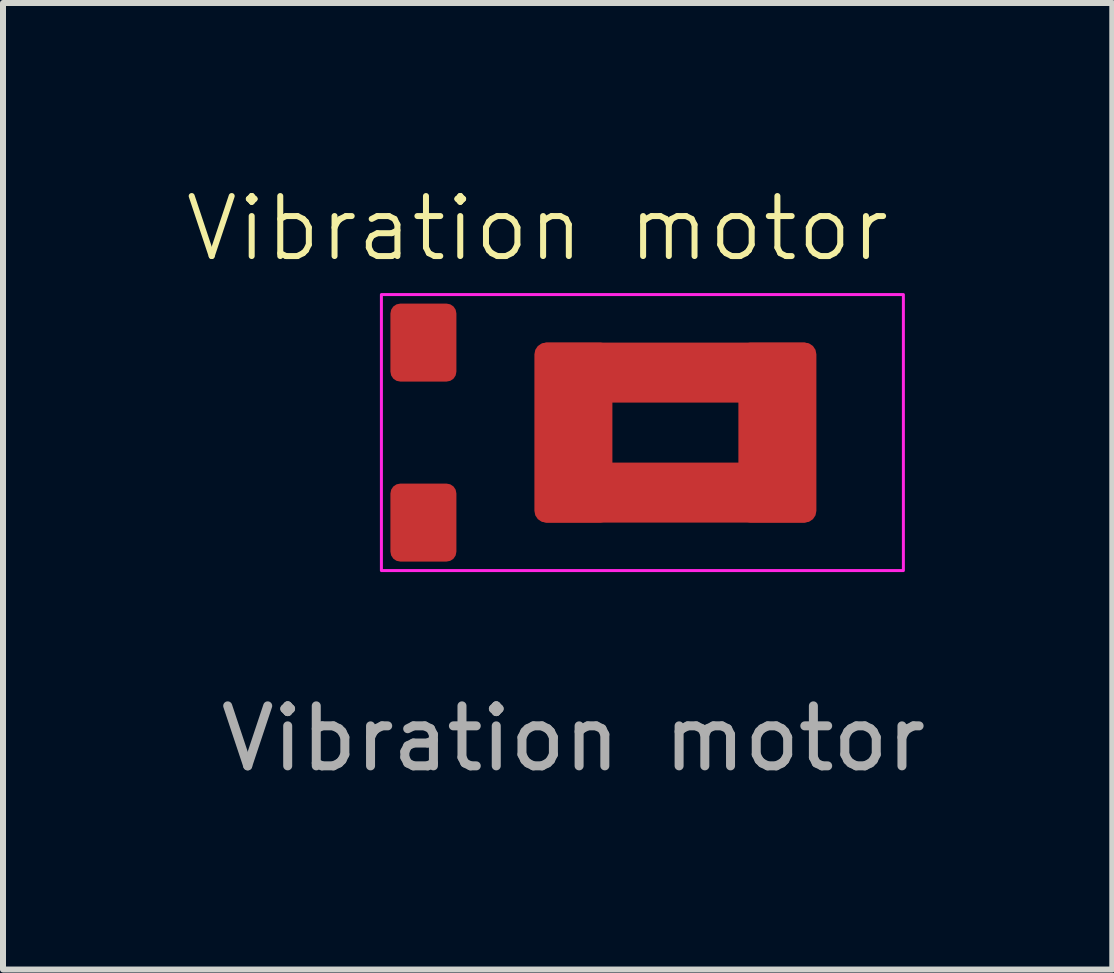
<source format=kicad_pcb>
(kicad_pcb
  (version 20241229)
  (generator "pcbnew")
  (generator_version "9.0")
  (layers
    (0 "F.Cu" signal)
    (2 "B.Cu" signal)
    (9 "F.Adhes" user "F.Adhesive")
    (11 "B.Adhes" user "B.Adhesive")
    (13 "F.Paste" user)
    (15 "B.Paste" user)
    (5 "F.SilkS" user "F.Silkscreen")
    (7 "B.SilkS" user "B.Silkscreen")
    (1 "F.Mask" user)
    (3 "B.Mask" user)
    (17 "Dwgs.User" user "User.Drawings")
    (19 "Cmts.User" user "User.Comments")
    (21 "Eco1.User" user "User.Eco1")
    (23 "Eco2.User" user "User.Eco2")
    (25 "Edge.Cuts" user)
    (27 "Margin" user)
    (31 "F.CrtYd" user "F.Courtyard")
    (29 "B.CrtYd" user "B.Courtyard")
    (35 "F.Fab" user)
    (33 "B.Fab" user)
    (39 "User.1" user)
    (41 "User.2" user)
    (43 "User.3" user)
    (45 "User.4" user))
  (footprint "Vibration motor"
    (layer "F.Cu")
    (at 5.907 4.16)
    (property "Reference" "Vibration motor" (at 0 -3.4 0) (unlocked yes) (layer "F.SilkS") (effects (font (size 1 1) (thickness 0.1))))
    (attr smd)
    (fp_rect (start -2.6 -2.3) (end 6.1 2.3) (stroke (width 0.05) (type default)) (fill no) (layer "F.CrtYd"))
    (fp_text user "${REFERENCE}" (at 0.6 5.1 0) (unlocked yes) (layer "F.Fab") (effects (font (size 1 1) (thickness 0.15))))
    (pad "0" smd roundrect (at 0.6 0) (size 1.3 3) (layers "F.Cu" "F.Mask" "F.Paste") (roundrect_rratio 0.15))
    (pad "0" smd roundrect (at 2.3 -1) (size 4.6 1) (layers "F.Cu" "F.Mask" "F.Paste") (roundrect_rratio 0.15))
    (pad "0" smd roundrect (at 2.3 1) (size 4.6 1) (layers "F.Cu" "F.Mask" "F.Paste") (roundrect_rratio 0.15))
    (pad "0" smd roundrect (at 4 0) (size 1.3 3) (layers "F.Cu" "F.Mask" "F.Paste") (roundrect_rratio 0.15))
    (pad "1" smd roundrect (at -1.9 -1.5) (size 1.1 1.3) (layers "F.Cu" "F.Mask" "F.Paste") (roundrect_rratio 0.15))
    (pad "2" smd roundrect (at -1.9 1.5) (size 1.1 1.3) (layers "F.Cu" "F.Mask" "F.Paste") (roundrect_rratio 0.15)))
  (gr_rect
    (start -3 -3)
    (end 15.489 13.109)
    (stroke (width 0.1) (type default))
    (fill no)
    (layer "Edge.Cuts")))
</source>
